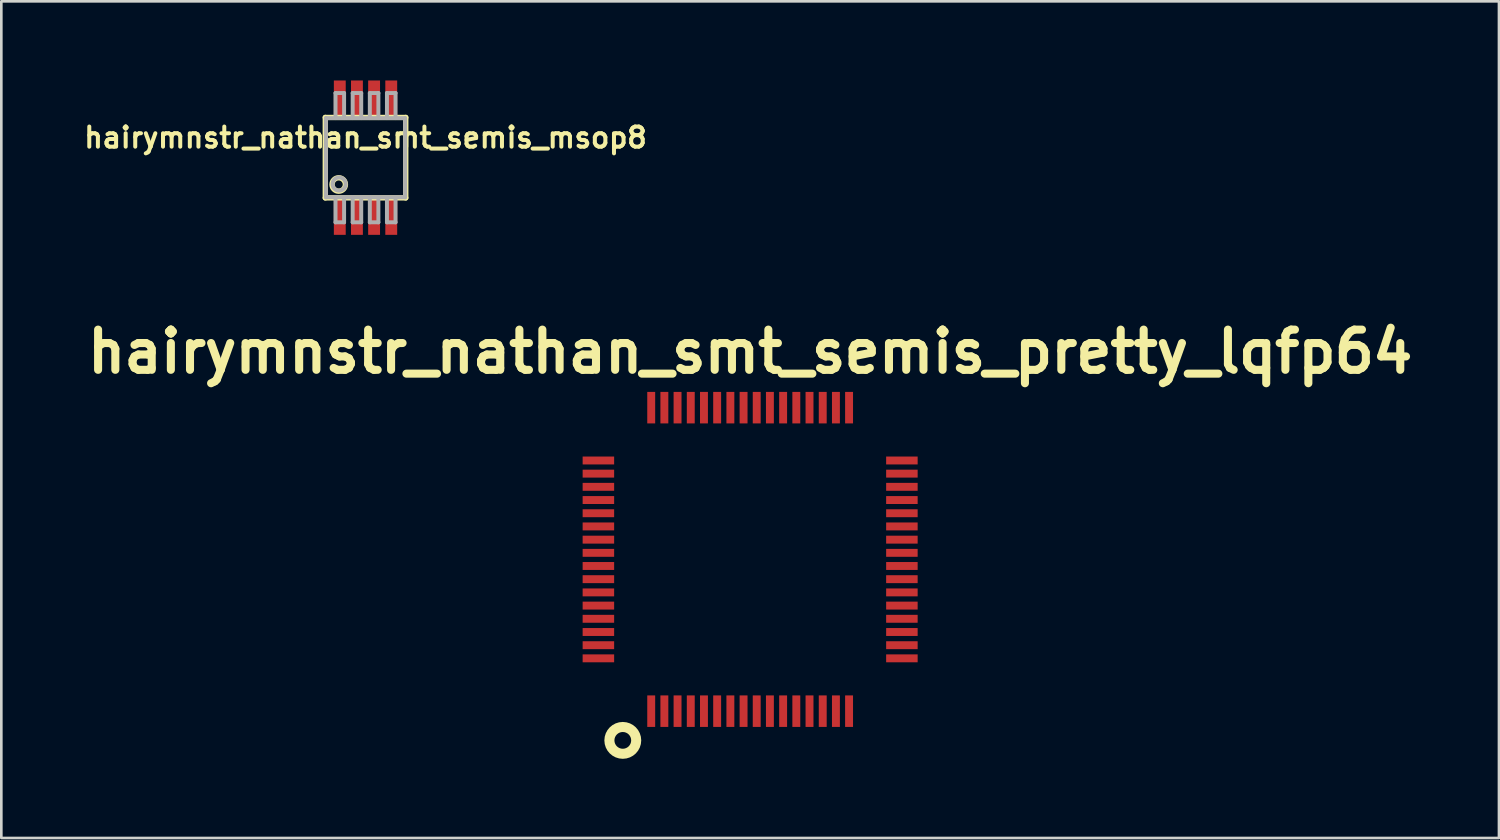
<source format=kicad_pcb>
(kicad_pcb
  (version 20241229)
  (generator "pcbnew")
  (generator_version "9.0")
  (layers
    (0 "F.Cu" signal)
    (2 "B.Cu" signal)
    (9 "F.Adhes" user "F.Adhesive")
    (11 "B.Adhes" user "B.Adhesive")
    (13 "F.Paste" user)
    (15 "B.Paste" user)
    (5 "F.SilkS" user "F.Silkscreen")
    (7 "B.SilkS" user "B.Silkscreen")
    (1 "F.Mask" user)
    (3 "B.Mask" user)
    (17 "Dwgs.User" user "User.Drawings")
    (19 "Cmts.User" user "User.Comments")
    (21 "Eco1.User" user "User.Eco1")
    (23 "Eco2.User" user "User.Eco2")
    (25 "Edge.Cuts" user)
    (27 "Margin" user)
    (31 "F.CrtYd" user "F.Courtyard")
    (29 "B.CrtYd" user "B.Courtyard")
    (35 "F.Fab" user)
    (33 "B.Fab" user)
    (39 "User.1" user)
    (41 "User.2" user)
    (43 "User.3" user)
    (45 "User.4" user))
  (footprint "hairymnstr_nathan_smt_semis_msop8"
    (layer "F.Cu")
    (at 10.802 2.925)
    (property "Reference" "hairymnstr_nathan_smt_semis_msop8" (at 0 -0.762 0) (layer "F.SilkS") (effects (font (size 0.762 0.762) (thickness 0.152))))
    (attr smd)
    (fp_line (start -1.524 -1.524) (end 1.524 -1.524) (stroke (width 0.203) (type solid)) (layer "F.SilkS"))
    (fp_line (start -1.524 1.524) (end -1.524 -1.524) (stroke (width 0.203) (type solid)) (layer "F.SilkS"))
    (fp_line (start 1.524 -1.524) (end 1.524 1.524) (stroke (width 0.203) (type solid)) (layer "F.SilkS"))
    (fp_line (start 1.524 1.524) (end -1.524 1.524) (stroke (width 0.203) (type solid)) (layer "F.SilkS"))
    (fp_circle (center -1.016 1.016) (end -1.016 0.762) (stroke (width 0.203) (type solid)) (fill no) (layer "F.SilkS"))
    (fp_line (start -1.5 -1.5) (end -1.5 1.5) (stroke (width 0.15) (type solid)) (layer "F.Fab"))
    (fp_line (start -1.5 1.5) (end 1.5 1.5) (stroke (width 0.15) (type solid)) (layer "F.Fab"))
    (fp_line (start -1.137 -2.45) (end -0.812 -2.45) (stroke (width 0.15) (type solid)) (layer "F.Fab"))
    (fp_line (start -1.137 -1.5) (end -1.137 -2.45) (stroke (width 0.15) (type solid)) (layer "F.Fab"))
    (fp_line (start -1.137 1.5) (end -1.137 2.45) (stroke (width 0.15) (type solid)) (layer "F.Fab"))
    (fp_line (start -1.137 2.45) (end -0.812 2.45) (stroke (width 0.15) (type solid)) (layer "F.Fab"))
    (fp_line (start -0.812 -2.45) (end -0.812 -1.5) (stroke (width 0.15) (type solid)) (layer "F.Fab"))
    (fp_line (start -0.812 2.45) (end -0.812 1.5) (stroke (width 0.15) (type solid)) (layer "F.Fab"))
    (fp_line (start -0.487 -2.45) (end -0.163 -2.45) (stroke (width 0.15) (type solid)) (layer "F.Fab"))
    (fp_line (start -0.487 -1.5) (end -0.487 -2.45) (stroke (width 0.15) (type solid)) (layer "F.Fab"))
    (fp_line (start -0.487 1.5) (end -0.487 2.45) (stroke (width 0.15) (type solid)) (layer "F.Fab"))
    (fp_line (start -0.487 2.45) (end -0.163 2.45) (stroke (width 0.15) (type solid)) (layer "F.Fab"))
    (fp_line (start -0.163 -2.45) (end -0.163 -1.5) (stroke (width 0.15) (type solid)) (layer "F.Fab"))
    (fp_line (start -0.163 2.45) (end -0.163 1.5) (stroke (width 0.15) (type solid)) (layer "F.Fab"))
    (fp_line (start 0.163 -2.45) (end 0.487 -2.45) (stroke (width 0.15) (type solid)) (layer "F.Fab"))
    (fp_line (start 0.163 -1.5) (end 0.163 -2.45) (stroke (width 0.15) (type solid)) (layer "F.Fab"))
    (fp_line (start 0.163 1.5) (end 0.163 2.45) (stroke (width 0.15) (type solid)) (layer "F.Fab"))
    (fp_line (start 0.163 2.45) (end 0.487 2.45) (stroke (width 0.15) (type solid)) (layer "F.Fab"))
    (fp_line (start 0.487 -2.45) (end 0.487 -1.5) (stroke (width 0.15) (type solid)) (layer "F.Fab"))
    (fp_line (start 0.487 2.45) (end 0.487 1.5) (stroke (width 0.15) (type solid)) (layer "F.Fab"))
    (fp_line (start 0.812 -2.45) (end 1.137 -2.45) (stroke (width 0.15) (type solid)) (layer "F.Fab"))
    (fp_line (start 0.812 -1.5) (end 0.812 -2.45) (stroke (width 0.15) (type solid)) (layer "F.Fab"))
    (fp_line (start 0.812 1.5) (end 0.812 2.45) (stroke (width 0.15) (type solid)) (layer "F.Fab"))
    (fp_line (start 0.812 2.45) (end 1.137 2.45) (stroke (width 0.15) (type solid)) (layer "F.Fab"))
    (fp_line (start 1.137 -2.45) (end 1.137 -1.5) (stroke (width 0.15) (type solid)) (layer "F.Fab"))
    (fp_line (start 1.137 2.45) (end 1.137 1.5) (stroke (width 0.15) (type solid)) (layer "F.Fab"))
    (fp_line (start 1.5 -1.5) (end -1.5 -1.5) (stroke (width 0.15) (type solid)) (layer "F.Fab"))
    (fp_line (start 1.5 1.5) (end 1.5 -1.5) (stroke (width 0.15) (type solid)) (layer "F.Fab"))
    (fp_circle (center -1 1) (end -1 0.75) (stroke (width 0.15) (type solid)) (fill no) (layer "F.Fab"))
    (pad "1" smd rect (at -0.975 2.2) (size 0.45 1.45) (layers "F.Cu" "F.Mask" "F.Paste"))
    (pad "2" smd rect (at -0.325 2.2) (size 0.45 1.45) (layers "F.Cu" "F.Mask" "F.Paste"))
    (pad "3" smd rect (at 0.325 2.2) (size 0.45 1.45) (layers "F.Cu" "F.Mask" "F.Paste"))
    (pad "4" smd rect (at 0.975 2.2) (size 0.45 1.45) (layers "F.Cu" "F.Mask" "F.Paste"))
    (pad "5" smd rect (at 0.975 -2.2) (size 0.45 1.45) (layers "F.Cu" "F.Mask" "F.Paste"))
    (pad "6" smd rect (at 0.325 -2.2) (size 0.45 1.45) (layers "F.Cu" "F.Mask" "F.Paste"))
    (pad "7" smd rect (at -0.325 -2.2) (size 0.45 1.45) (layers "F.Cu" "F.Mask" "F.Paste"))
    (pad "8" smd rect (at -0.975 -2.2) (size 0.45 1.45) (layers "F.Cu" "F.Mask" "F.Paste")))
  (footprint "hairymnstr_nathan_smt_semis_pretty_lqfp64"
    (layer "F.Cu")
    (at 25.378 18.15)
    (property "Reference" "hairymnstr_nathan_smt_semis_pretty_lqfp64" (at 0 -7.874 0) (layer "F.SilkS") (effects (font (size 1.524 1.524) (thickness 0.305))))
    (attr smd)
    (fp_circle (center -4.826 6.858) (end -4.826 6.35) (stroke (width 0.381) (type solid)) (fill no) (layer "F.SilkS"))
    (pad "1" smd rect (at -3.749 5.751) (size 0.3 1.194) (layers "F.Cu" "F.Mask" "F.Paste"))
    (pad "2" smd rect (at -3.251 5.751) (size 0.3 1.194) (layers "F.Cu" "F.Mask" "F.Paste"))
    (pad "3" smd rect (at -2.751 5.751) (size 0.3 1.194) (layers "F.Cu" "F.Mask" "F.Paste"))
    (pad "4" smd rect (at -2.25 5.751) (size 0.3 1.194) (layers "F.Cu" "F.Mask" "F.Paste"))
    (pad "5" smd rect (at -1.75 5.751) (size 0.3 1.194) (layers "F.Cu" "F.Mask" "F.Paste"))
    (pad "6" smd rect (at -1.25 5.751) (size 0.3 1.194) (layers "F.Cu" "F.Mask" "F.Paste"))
    (pad "7" smd rect (at -0.749 5.751) (size 0.3 1.194) (layers "F.Cu" "F.Mask" "F.Paste"))
    (pad "8" smd rect (at -0.249 5.751) (size 0.3 1.194) (layers "F.Cu" "F.Mask" "F.Paste"))
    (pad "9" smd rect (at 0.249 5.751) (size 0.3 1.194) (layers "F.Cu" "F.Mask" "F.Paste"))
    (pad "10" smd rect (at 0.749 5.751) (size 0.3 1.194) (layers "F.Cu" "F.Mask" "F.Paste"))
    (pad "11" smd rect (at 1.25 5.751) (size 0.3 1.194) (layers "F.Cu" "F.Mask" "F.Paste"))
    (pad "12" smd rect (at 1.75 5.751) (size 0.3 1.194) (layers "F.Cu" "F.Mask" "F.Paste"))
    (pad "13" smd rect (at 2.25 5.751) (size 0.3 1.194) (layers "F.Cu" "F.Mask" "F.Paste"))
    (pad "14" smd rect (at 2.751 5.751) (size 0.3 1.194) (layers "F.Cu" "F.Mask" "F.Paste"))
    (pad "15" smd rect (at 3.251 5.751) (size 0.3 1.194) (layers "F.Cu" "F.Mask" "F.Paste"))
    (pad "16" smd rect (at 3.749 5.751) (size 0.3 1.194) (layers "F.Cu" "F.Mask" "F.Paste"))
    (pad "17" smd rect (at 5.751 3.749) (size 1.194 0.3) (layers "F.Cu" "F.Mask" "F.Paste"))
    (pad "18" smd rect (at 5.751 3.251) (size 1.194 0.3) (layers "F.Cu" "F.Mask" "F.Paste"))
    (pad "19" smd rect (at 5.751 2.751) (size 1.194 0.3) (layers "F.Cu" "F.Mask" "F.Paste"))
    (pad "20" smd rect (at 5.751 2.25) (size 1.194 0.3) (layers "F.Cu" "F.Mask" "F.Paste"))
    (pad "21" smd rect (at 5.751 1.75) (size 1.194 0.3) (layers "F.Cu" "F.Mask" "F.Paste"))
    (pad "22" smd rect (at 5.751 1.25) (size 1.194 0.3) (layers "F.Cu" "F.Mask" "F.Paste"))
    (pad "23" smd rect (at 5.751 0.749) (size 1.194 0.3) (layers "F.Cu" "F.Mask" "F.Paste"))
    (pad "24" smd rect (at 5.751 0.249) (size 1.194 0.3) (layers "F.Cu" "F.Mask" "F.Paste"))
    (pad "25" smd rect (at 5.751 -0.249) (size 1.194 0.3) (layers "F.Cu" "F.Mask" "F.Paste"))
    (pad "26" smd rect (at 5.751 -0.749) (size 1.194 0.3) (layers "F.Cu" "F.Mask" "F.Paste"))
    (pad "27" smd rect (at 5.751 -1.25) (size 1.194 0.3) (layers "F.Cu" "F.Mask" "F.Paste"))
    (pad "28" smd rect (at 5.751 -1.75) (size 1.194 0.3) (layers "F.Cu" "F.Mask" "F.Paste"))
    (pad "29" smd rect (at 5.751 -2.25) (size 1.194 0.3) (layers "F.Cu" "F.Mask" "F.Paste"))
    (pad "30" smd rect (at 5.751 -2.751) (size 1.194 0.3) (layers "F.Cu" "F.Mask" "F.Paste"))
    (pad "31" smd rect (at 5.751 -3.251) (size 1.194 0.3) (layers "F.Cu" "F.Mask" "F.Paste"))
    (pad "32" smd rect (at 5.751 -3.749) (size 1.194 0.3) (layers "F.Cu" "F.Mask" "F.Paste"))
    (pad "33" smd rect (at 3.749 -5.751) (size 0.3 1.194) (layers "F.Cu" "F.Mask" "F.Paste"))
    (pad "34" smd rect (at 3.251 -5.751) (size 0.3 1.194) (layers "F.Cu" "F.Mask" "F.Paste"))
    (pad "35" smd rect (at 2.751 -5.751) (size 0.3 1.194) (layers "F.Cu" "F.Mask" "F.Paste"))
    (pad "36" smd rect (at 2.25 -5.751) (size 0.3 1.194) (layers "F.Cu" "F.Mask" "F.Paste"))
    (pad "37" smd rect (at 1.75 -5.751) (size 0.3 1.194) (layers "F.Cu" "F.Mask" "F.Paste"))
    (pad "38" smd rect (at 1.25 -5.751) (size 0.3 1.194) (layers "F.Cu" "F.Mask" "F.Paste"))
    (pad "39" smd rect (at 0.749 -5.751) (size 0.3 1.194) (layers "F.Cu" "F.Mask" "F.Paste"))
    (pad "40" smd rect (at 0.249 -5.751) (size 0.3 1.194) (layers "F.Cu" "F.Mask" "F.Paste"))
    (pad "41" smd rect (at -0.249 -5.751) (size 0.3 1.194) (layers "F.Cu" "F.Mask" "F.Paste"))
    (pad "42" smd rect (at -0.749 -5.751) (size 0.3 1.194) (layers "F.Cu" "F.Mask" "F.Paste"))
    (pad "43" smd rect (at -1.25 -5.751) (size 0.3 1.194) (layers "F.Cu" "F.Mask" "F.Paste"))
    (pad "44" smd rect (at -1.75 -5.751) (size 0.3 1.194) (layers "F.Cu" "F.Mask" "F.Paste"))
    (pad "45" smd rect (at -2.25 -5.751) (size 0.3 1.194) (layers "F.Cu" "F.Mask" "F.Paste"))
    (pad "46" smd rect (at -2.751 -5.751) (size 0.3 1.194) (layers "F.Cu" "F.Mask" "F.Paste"))
    (pad "47" smd rect (at -3.251 -5.751) (size 0.3 1.194) (layers "F.Cu" "F.Mask" "F.Paste"))
    (pad "48" smd rect (at -3.749 -5.751) (size 0.3 1.194) (layers "F.Cu" "F.Mask" "F.Paste"))
    (pad "49" smd rect (at -5.751 -3.749) (size 1.194 0.3) (layers "F.Cu" "F.Mask" "F.Paste"))
    (pad "50" smd rect (at -5.751 -3.251) (size 1.194 0.3) (layers "F.Cu" "F.Mask" "F.Paste"))
    (pad "51" smd rect (at -5.751 -2.751) (size 1.194 0.3) (layers "F.Cu" "F.Mask" "F.Paste"))
    (pad "52" smd rect (at -5.751 -2.25) (size 1.194 0.3) (layers "F.Cu" "F.Mask" "F.Paste"))
    (pad "53" smd rect (at -5.751 -1.75) (size 1.194 0.3) (layers "F.Cu" "F.Mask" "F.Paste"))
    (pad "54" smd rect (at -5.751 -1.25) (size 1.194 0.3) (layers "F.Cu" "F.Mask" "F.Paste"))
    (pad "55" smd rect (at -5.751 -0.749) (size 1.194 0.3) (layers "F.Cu" "F.Mask" "F.Paste"))
    (pad "56" smd rect (at -5.751 -0.249) (size 1.194 0.3) (layers "F.Cu" "F.Mask" "F.Paste"))
    (pad "57" smd rect (at -5.751 0.249) (size 1.194 0.3) (layers "F.Cu" "F.Mask" "F.Paste"))
    (pad "58" smd rect (at -5.751 0.749) (size 1.194 0.3) (layers "F.Cu" "F.Mask" "F.Paste"))
    (pad "59" smd rect (at -5.751 1.25) (size 1.194 0.3) (layers "F.Cu" "F.Mask" "F.Paste"))
    (pad "60" smd rect (at -5.751 1.75) (size 1.194 0.3) (layers "F.Cu" "F.Mask" "F.Paste"))
    (pad "61" smd rect (at -5.751 2.25) (size 1.194 0.3) (layers "F.Cu" "F.Mask" "F.Paste"))
    (pad "62" smd rect (at -5.751 2.751) (size 1.194 0.3) (layers "F.Cu" "F.Mask" "F.Paste"))
    (pad "63" smd rect (at -5.751 3.251) (size 1.194 0.3) (layers "F.Cu" "F.Mask" "F.Paste"))
    (pad "64" smd rect (at -5.751 3.749) (size 1.194 0.3) (layers "F.Cu" "F.Mask" "F.Paste")))
  (gr_rect
    (start -3 -3)
    (end 53.756 28.707)
    (stroke (width 0.1) (type default))
    (fill no)
    (layer "Edge.Cuts")))
</source>
